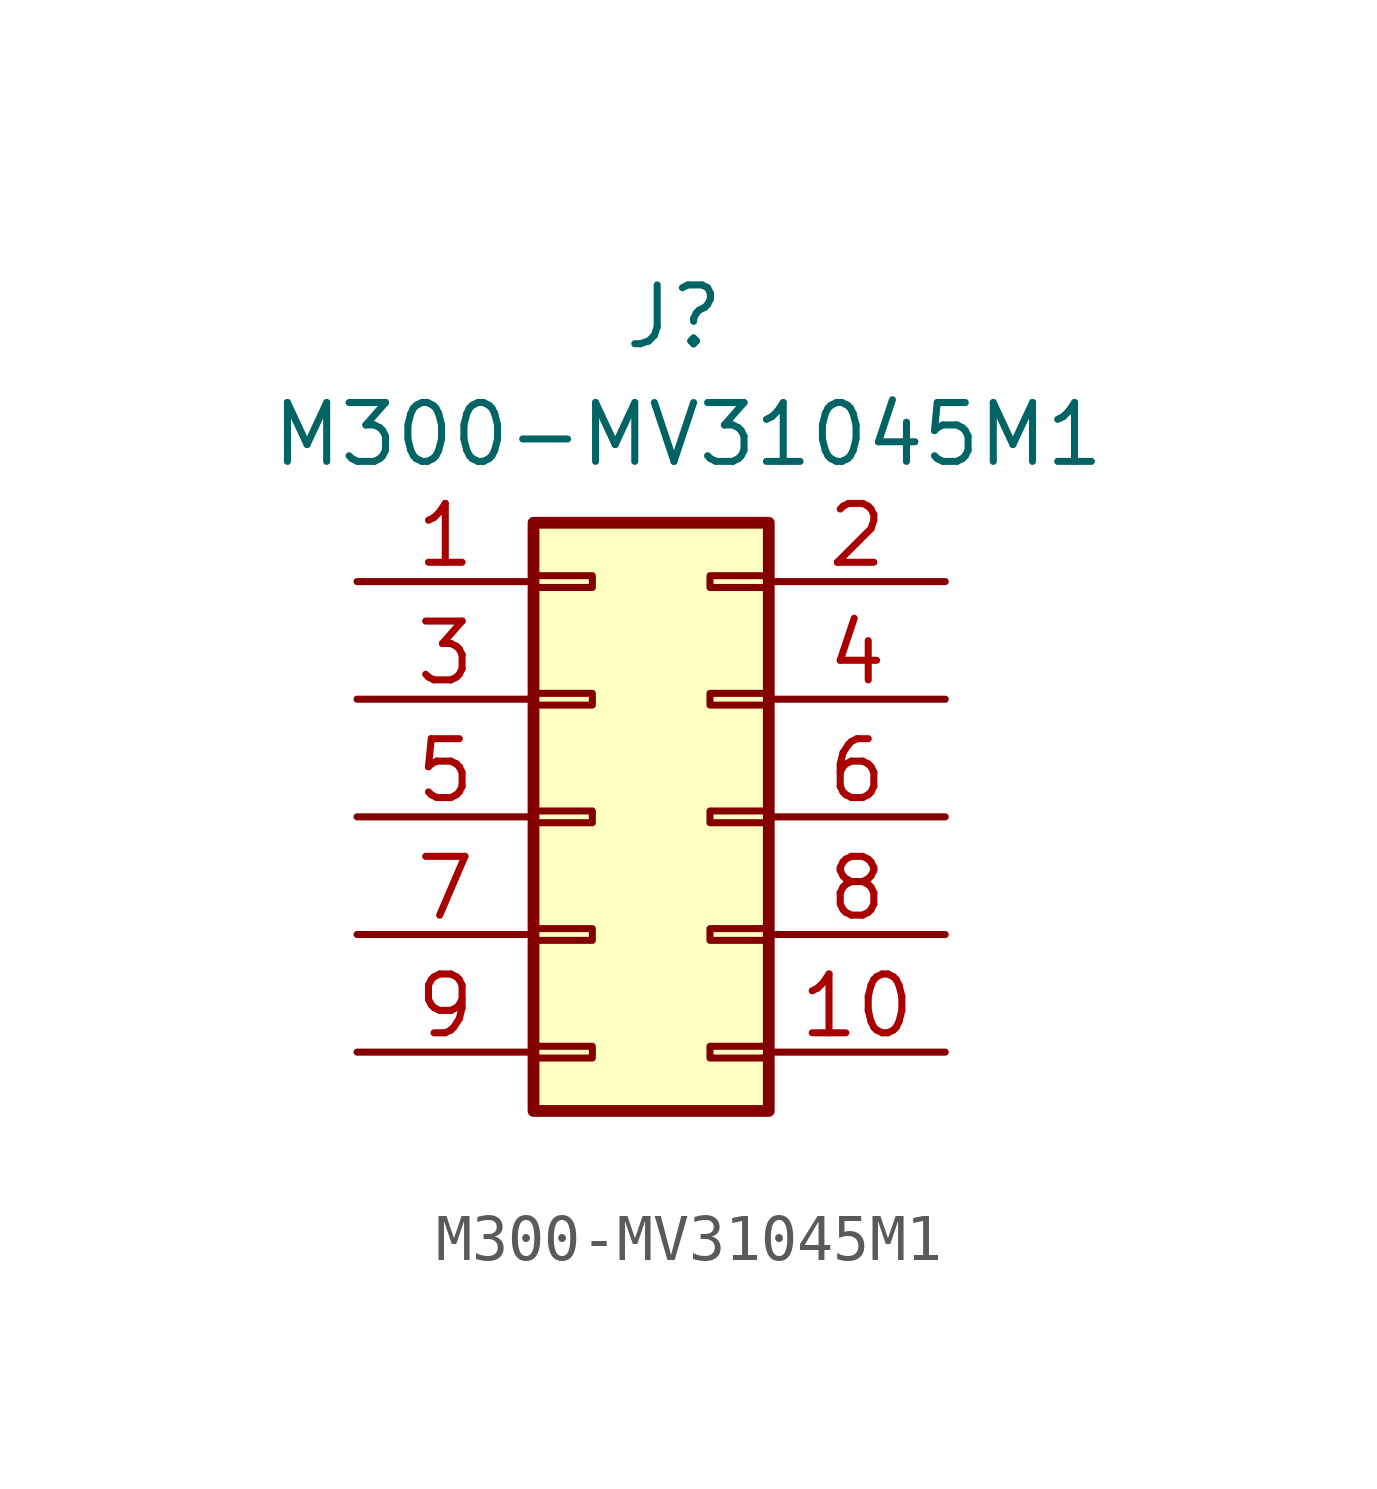
<source format=kicad_sym>
(kicad_symbol_lib
  (version 20211014)
  (generator kicad_symbol_editor)
  (symbol "M300-MV31045M1"
    (pin_names
      (offset 0.762))
    (property "Reference" "J"
      (at -1.27 10.795 0)
      (effects (font (size 1.27 1.27)) (justify left)))
    (property "Value" "M300-MV31045M1"
      (at -8.89 8.255 0)
      (effects (font (size 1.27 1.27)) (justify left)))
    (symbol "M300-MV31045M1_1_1"
      (rectangle (start -3.175 -4.953) (end -1.905 -5.207) (stroke (width 0.152) (type default) (color 0 0 0 0)) (fill (type none)))
      (rectangle (start -3.175 -2.413) (end -1.905 -2.667) (stroke (width 0.152) (type default) (color 0 0 0 0)) (fill (type none)))
      (rectangle (start -3.175 0.127) (end -1.905 -0.127) (stroke (width 0.152) (type default) (color 0 0 0 0)) (fill (type none)))
      (rectangle (start -3.175 2.667) (end -1.905 2.413) (stroke (width 0.152) (type default) (color 0 0 0 0)) (fill (type none)))
      (rectangle (start -3.175 5.207) (end -1.905 4.953) (stroke (width 0.152) (type default) (color 0 0 0 0)) (fill (type none)))
      (rectangle (start -3.175 6.35) (end 1.905 -6.35) (stroke (width 0.254) (type default) (color 0 0 0 0)) (fill (type background)))
      (rectangle (start 1.905 -4.953) (end 0.635 -5.207) (stroke (width 0.152) (type default) (color 0 0 0 0)) (fill (type none)))
      (rectangle (start 1.905 -2.413) (end 0.635 -2.667) (stroke (width 0.152) (type default) (color 0 0 0 0)) (fill (type none)))
      (rectangle (start 1.905 0.127) (end 0.635 -0.127) (stroke (width 0.152) (type default) (color 0 0 0 0)) (fill (type none)))
      (rectangle (start 1.905 2.667) (end 0.635 2.413) (stroke (width 0.152) (type default) (color 0 0 0 0)) (fill (type none)))
      (rectangle (start 1.905 5.207) (end 0.635 4.953) (stroke (width 0.152) (type default) (color 0 0 0 0)) (fill (type none)))
      (pin passive line (at -6.985 5.08 0) (length 3.81) (name "" (effects (font (size 1.27 1.27)))) (number "1" (effects (font (size 1.27 1.27)))))
      (pin passive line (at 5.715 -5.08 180) (length 3.81) (name "" (effects (font (size 1.27 1.27)))) (number "10" (effects (font (size 1.27 1.27)))))
      (pin passive line (at 5.715 5.08 180) (length 3.81) (name "" (effects (font (size 1.27 1.27)))) (number "2" (effects (font (size 1.27 1.27)))))
      (pin passive line (at -6.985 2.54 0) (length 3.81) (name "" (effects (font (size 1.27 1.27)))) (number "3" (effects (font (size 1.27 1.27)))))
      (pin passive line (at 5.715 2.54 180) (length 3.81) (name "" (effects (font (size 1.27 1.27)))) (number "4" (effects (font (size 1.27 1.27)))))
      (pin passive line (at -6.985 0 0) (length 3.81) (name "" (effects (font (size 1.27 1.27)))) (number "5" (effects (font (size 1.27 1.27)))))
      (pin passive line (at 5.715 0 180) (length 3.81) (name "" (effects (font (size 1.27 1.27)))) (number "6" (effects (font (size 1.27 1.27)))))
      (pin passive line (at -6.985 -2.54 0) (length 3.81) (name "" (effects (font (size 1.27 1.27)))) (number "7" (effects (font (size 1.27 1.27)))))
      (pin passive line (at 5.715 -2.54 180) (length 3.81) (name "" (effects (font (size 1.27 1.27)))) (number "8" (effects (font (size 1.27 1.27)))))
      (pin passive line (at -6.985 -5.08 0) (length 3.81) (name "" (effects (font (size 1.27 1.27)))) (number "9" (effects (font (size 1.27 1.27))))))))
</source>
